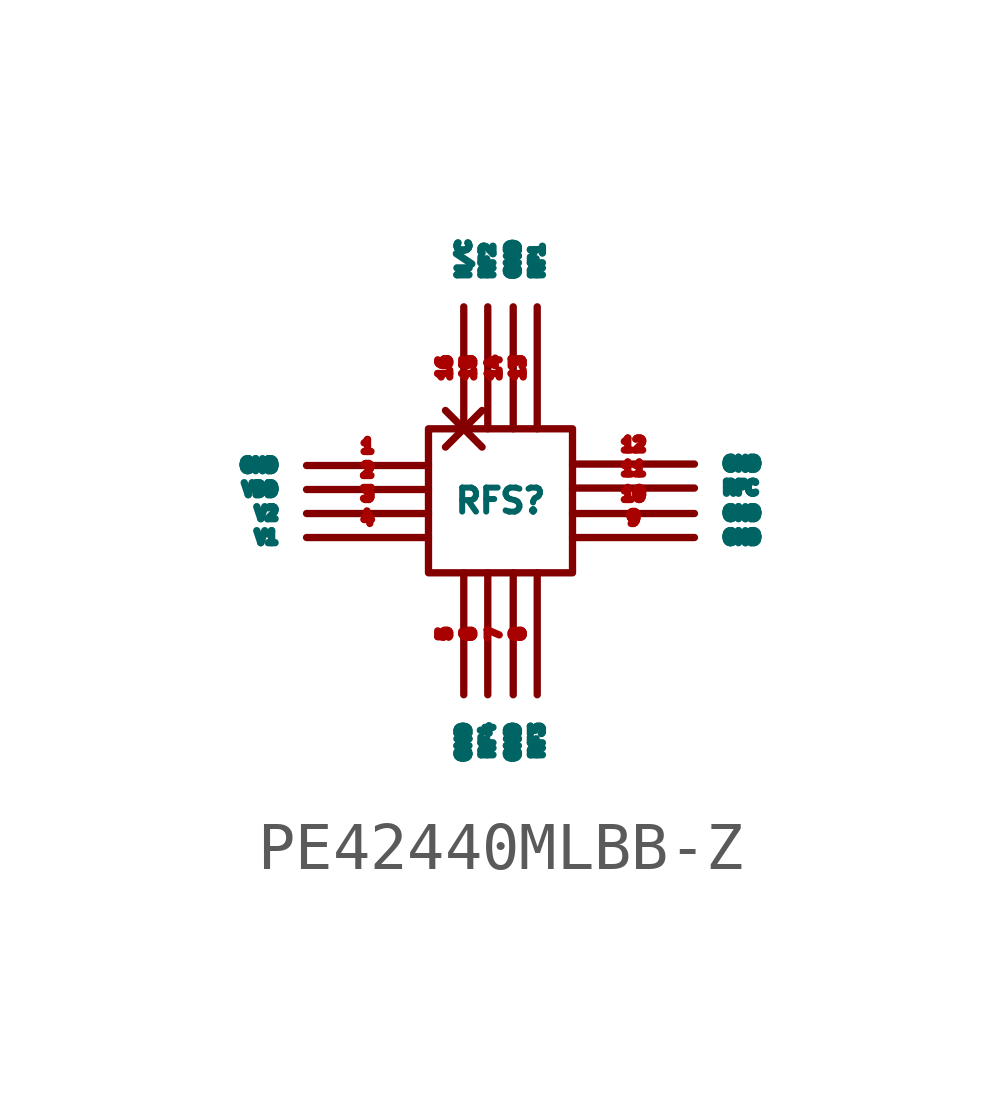
<source format=kicad_sym>
(kicad_symbol_lib
  (version 20231120)
  (generator "kicad_symbol_editor")
  (generator_version "8.0")
  (symbol "PE42440MLBB-Z"
    (property "Reference" "RFS"
      (at 0 0 0)
      (effects (font (size 0.5 0.5))))
    (property "Value" ""
      (at 0 0 0)
      (effects (font (size 1.27 1.27))))
    (symbol "PE42440MLBB-Z_0_1"
      (rectangle (start -1.5 1.5) (end 1.5 -1.5) (stroke (width 0) (type default)) (fill (type none))))
    (symbol "PE42440MLBB-Z_1_1"
      (pin power_in line (at -1.5 0.735 180) (length 2.54) (name "GND" (effects (font (size 0.25 0.25)))) (number "1" (effects (font (size 0.25 0.25)))))
      (pin power_in line (at 1.5 -0.265 0) (length 2.54) (name "GND" (effects (font (size 0.25 0.25)))) (number "10" (effects (font (size 0.25 0.25)))))
      (pin unspecified line (at 1.5 0.265 0) (length 2.54) (name "RFC" (effects (font (size 0.25 0.25)))) (number "11" (effects (font (size 0.25 0.25)))))
      (pin unspecified line (at 1.5 0.765 0) (length 2.54) (name "GND" (effects (font (size 0.25 0.25)))) (number "12" (effects (font (size 0.25 0.25)))))
      (pin unspecified line (at 0.765 1.5 90) (length 2.54) (name "RF1" (effects (font (size 0.25 0.25)))) (number "13" (effects (font (size 0.25 0.25)))))
      (pin power_in line (at 0.265 1.5 90) (length 2.54) (name "GND" (effects (font (size 0.25 0.25)))) (number "14" (effects (font (size 0.25 0.25)))))
      (pin unspecified line (at -0.265 1.5 90) (length 2.54) (name "RF2" (effects (font (size 0.25 0.25)))) (number "15" (effects (font (size 0.25 0.25)))))
      (pin no_connect line (at -0.765 1.5 90) (length 2.54) (name "N/C" (effects (font (size 0.25 0.25)))) (number "16" (effects (font (size 0.25 0.25)))))
      (pin power_in line (at -1.5 0.235 180) (length 2.54) (name "VDD" (effects (font (size 0.25 0.25)))) (number "2" (effects (font (size 0.25 0.25)))))
      (pin power_in line (at -1.5 -0.265 180) (length 2.54) (name "V2" (effects (font (size 0.25 0.25)))) (number "3" (effects (font (size 0.25 0.25)))))
      (pin power_in line (at -1.5 -0.765 180) (length 2.54) (name "V1" (effects (font (size 0.25 0.25)))) (number "4" (effects (font (size 0.25 0.25)))))
      (pin power_in line (at -0.765 -1.5 270) (length 2.54) (name "GND" (effects (font (size 0.25 0.25)))) (number "5" (effects (font (size 0.25 0.25)))))
      (pin unspecified line (at -0.265 -1.5 270) (length 2.54) (name "RF4" (effects (font (size 0.25 0.25)))) (number "6" (effects (font (size 0.25 0.25)))))
      (pin power_in line (at 0.265 -1.5 270) (length 2.54) (name "GND" (effects (font (size 0.25 0.25)))) (number "7" (effects (font (size 0.25 0.25)))))
      (pin unspecified line (at 0.765 -1.5 270) (length 2.54) (name "RF3" (effects (font (size 0.25 0.25)))) (number "8" (effects (font (size 0.25 0.25)))))
      (pin power_in line (at 1.5 -0.765 0) (length 2.54) (name "GND" (effects (font (size 0.25 0.25)))) (number "9" (effects (font (size 0.25 0.25))))))))
</source>
